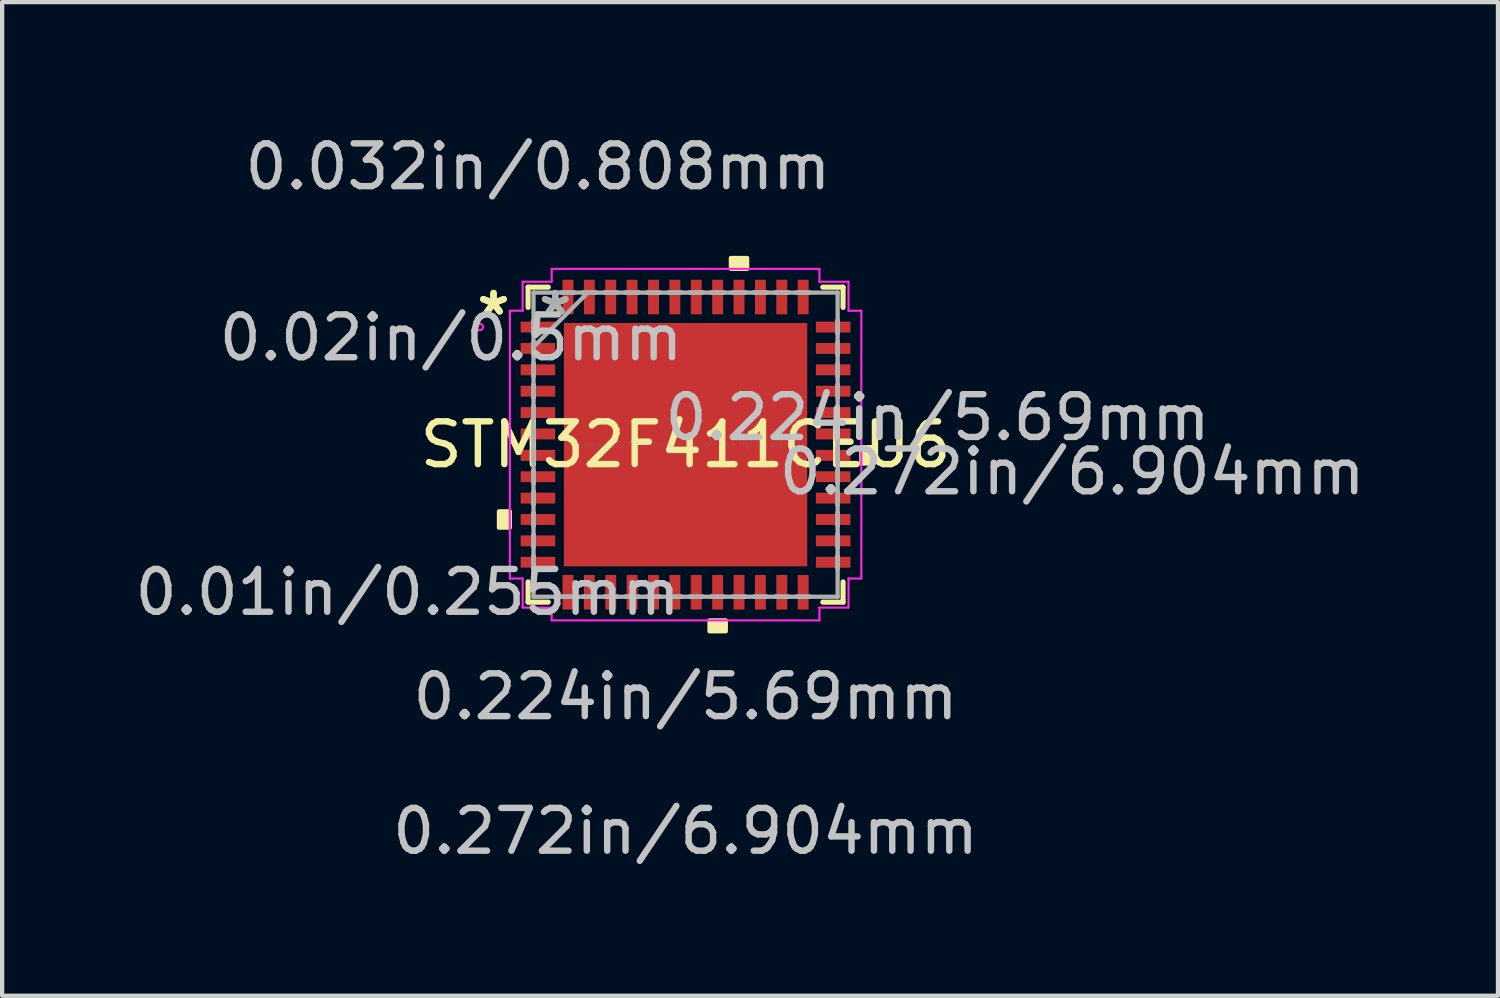
<source format=kicad_pcb>
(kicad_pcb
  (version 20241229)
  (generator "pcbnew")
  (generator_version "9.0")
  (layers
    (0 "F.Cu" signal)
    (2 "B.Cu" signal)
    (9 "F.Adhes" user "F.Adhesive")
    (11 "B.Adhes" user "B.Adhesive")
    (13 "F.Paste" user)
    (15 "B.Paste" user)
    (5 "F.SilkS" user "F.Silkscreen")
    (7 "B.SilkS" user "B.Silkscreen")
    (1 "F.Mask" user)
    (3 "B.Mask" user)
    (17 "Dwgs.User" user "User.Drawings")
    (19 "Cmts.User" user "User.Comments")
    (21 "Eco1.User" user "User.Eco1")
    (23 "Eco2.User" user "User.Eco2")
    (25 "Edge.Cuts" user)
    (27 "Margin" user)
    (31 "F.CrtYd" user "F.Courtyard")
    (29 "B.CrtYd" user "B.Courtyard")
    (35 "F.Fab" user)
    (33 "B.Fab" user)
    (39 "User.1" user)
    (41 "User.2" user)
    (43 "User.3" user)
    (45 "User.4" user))
  (footprint "STM32F411CEU6"
    (layer "F.Cu")
    (at 12.982 7.348)
    (property "Reference" "STM32F411CEU6" (at 0 0 0) (layer "F.SilkS") (effects (font (size 1 1) (thickness 0.15))))
    (attr through_hole)
    (fp_line (start -3.683 -3.683) (end -3.683 -3.21) (stroke (width 0.12) (type solid)) (layer "F.SilkS"))
    (fp_line (start -3.683 3.21) (end -3.683 3.683) (stroke (width 0.12) (type solid)) (layer "F.SilkS"))
    (fp_line (start -3.683 3.683) (end -3.21 3.683) (stroke (width 0.12) (type solid)) (layer "F.SilkS"))
    (fp_line (start -3.21 -3.683) (end -3.683 -3.683) (stroke (width 0.12) (type solid)) (layer "F.SilkS"))
    (fp_line (start 3.21 3.683) (end 3.683 3.683) (stroke (width 0.12) (type solid)) (layer "F.SilkS"))
    (fp_line (start 3.683 -3.683) (end 3.21 -3.683) (stroke (width 0.12) (type solid)) (layer "F.SilkS"))
    (fp_line (start 3.683 -3.21) (end 3.683 -3.683) (stroke (width 0.12) (type solid)) (layer "F.SilkS"))
    (fp_line (start 3.683 3.683) (end 3.683 3.21) (stroke (width 0.12) (type solid)) (layer "F.SilkS"))
    (fp_poly (pts (xy -4.364 1.559) (xy -4.364 1.94) (xy -4.11 1.94) (xy -4.11 1.559)) (stroke (width 0.1) (type solid)) (fill yes) (layer "F.SilkS"))
    (fp_poly (pts (xy 0.56 4.11) (xy 0.56 4.364) (xy 0.941 4.364) (xy 0.941 4.11)) (stroke (width 0.1) (type solid)) (fill yes) (layer "F.SilkS"))
    (fp_poly (pts (xy 1.06 -4.11) (xy 1.06 -4.364) (xy 1.44 -4.364) (xy 1.44 -4.11)) (stroke (width 0.1) (type solid)) (fill yes) (layer "F.SilkS"))
    (fp_poly (pts (xy 4.364 0.059) (xy 4.364 0.441) (xy 4.11 0.441) (xy 4.11 0.059)) (stroke (width 0.1) (type solid)) (fill yes) (layer "F.SilkS"))
    (fp_poly (pts (xy -2.745 -2.745) (xy -2.745 -1.522) (xy -1.522 -1.522) (xy -1.522 -2.745)) (stroke (width 0.1) (type solid)) (fill yes) (layer "F.Paste"))
    (fp_poly (pts (xy -2.745 -1.322) (xy -2.745 -0.1) (xy -1.522 -0.1) (xy -1.522 -1.322)) (stroke (width 0.1) (type solid)) (fill yes) (layer "F.Paste"))
    (fp_poly (pts (xy -2.745 0.1) (xy -2.745 1.322) (xy -1.522 1.322) (xy -1.522 0.1)) (stroke (width 0.1) (type solid)) (fill yes) (layer "F.Paste"))
    (fp_poly (pts (xy -2.745 1.522) (xy -2.745 2.745) (xy -1.522 2.745) (xy -1.522 1.522)) (stroke (width 0.1) (type solid)) (fill yes) (layer "F.Paste"))
    (fp_poly (pts (xy -1.322 -2.745) (xy -1.322 -1.522) (xy -0.1 -1.522) (xy -0.1 -2.745)) (stroke (width 0.1) (type solid)) (fill yes) (layer "F.Paste"))
    (fp_poly (pts (xy -1.322 -1.322) (xy -1.322 -0.1) (xy -0.1 -0.1) (xy -0.1 -1.322)) (stroke (width 0.1) (type solid)) (fill yes) (layer "F.Paste"))
    (fp_poly (pts (xy -1.322 0.1) (xy -1.322 1.322) (xy -0.1 1.322) (xy -0.1 0.1)) (stroke (width 0.1) (type solid)) (fill yes) (layer "F.Paste"))
    (fp_poly (pts (xy -1.322 1.522) (xy -1.322 2.745) (xy -0.1 2.745) (xy -0.1 1.522)) (stroke (width 0.1) (type solid)) (fill yes) (layer "F.Paste"))
    (fp_poly (pts (xy 0.1 -2.745) (xy 0.1 -1.522) (xy 1.322 -1.522) (xy 1.322 -2.745)) (stroke (width 0.1) (type solid)) (fill yes) (layer "F.Paste"))
    (fp_poly (pts (xy 0.1 -1.322) (xy 0.1 -0.1) (xy 1.322 -0.1) (xy 1.322 -1.322)) (stroke (width 0.1) (type solid)) (fill yes) (layer "F.Paste"))
    (fp_poly (pts (xy 0.1 0.1) (xy 0.1 1.322) (xy 1.322 1.322) (xy 1.322 0.1)) (stroke (width 0.1) (type solid)) (fill yes) (layer "F.Paste"))
    (fp_poly (pts (xy 0.1 1.522) (xy 0.1 2.745) (xy 1.322 2.745) (xy 1.322 1.522)) (stroke (width 0.1) (type solid)) (fill yes) (layer "F.Paste"))
    (fp_poly (pts (xy 1.522 -2.745) (xy 1.522 -1.522) (xy 2.745 -1.522) (xy 2.745 -2.745)) (stroke (width 0.1) (type solid)) (fill yes) (layer "F.Paste"))
    (fp_poly (pts (xy 1.522 -1.322) (xy 1.522 -0.1) (xy 2.745 -0.1) (xy 2.745 -1.322)) (stroke (width 0.1) (type solid)) (fill yes) (layer "F.Paste"))
    (fp_poly (pts (xy 1.522 0.1) (xy 1.522 1.322) (xy 2.745 1.322) (xy 2.745 0.1)) (stroke (width 0.1) (type solid)) (fill yes) (layer "F.Paste"))
    (fp_poly (pts (xy 1.522 1.522) (xy 1.522 2.745) (xy 2.745 2.745) (xy 2.745 1.522)) (stroke (width 0.1) (type solid)) (fill yes) (layer "F.Paste"))
    (fp_line (start -4.11 -3.131) (end -3.81 -3.131) (stroke (width 0.05) (type solid)) (layer "F.CrtYd"))
    (fp_line (start -4.11 3.131) (end -4.11 -3.131) (stroke (width 0.05) (type solid)) (layer "F.CrtYd"))
    (fp_line (start -3.81 -3.81) (end -3.131 -3.81) (stroke (width 0.05) (type solid)) (layer "F.CrtYd"))
    (fp_line (start -3.81 -3.131) (end -3.81 -3.81) (stroke (width 0.05) (type solid)) (layer "F.CrtYd"))
    (fp_line (start -3.81 3.131) (end -4.11 3.131) (stroke (width 0.05) (type solid)) (layer "F.CrtYd"))
    (fp_line (start -3.81 3.81) (end -3.81 3.131) (stroke (width 0.05) (type solid)) (layer "F.CrtYd"))
    (fp_line (start -3.131 -4.11) (end 3.131 -4.11) (stroke (width 0.05) (type solid)) (layer "F.CrtYd"))
    (fp_line (start -3.131 -3.81) (end -3.131 -4.11) (stroke (width 0.05) (type solid)) (layer "F.CrtYd"))
    (fp_line (start -3.131 3.81) (end -3.81 3.81) (stroke (width 0.05) (type solid)) (layer "F.CrtYd"))
    (fp_line (start -3.131 4.11) (end -3.131 3.81) (stroke (width 0.05) (type solid)) (layer "F.CrtYd"))
    (fp_line (start 3.131 -4.11) (end 3.131 -3.81) (stroke (width 0.05) (type solid)) (layer "F.CrtYd"))
    (fp_line (start 3.131 -3.81) (end 3.81 -3.81) (stroke (width 0.05) (type solid)) (layer "F.CrtYd"))
    (fp_line (start 3.131 3.81) (end 3.131 4.11) (stroke (width 0.05) (type solid)) (layer "F.CrtYd"))
    (fp_line (start 3.131 4.11) (end -3.131 4.11) (stroke (width 0.05) (type solid)) (layer "F.CrtYd"))
    (fp_line (start 3.81 -3.81) (end 3.81 -3.131) (stroke (width 0.05) (type solid)) (layer "F.CrtYd"))
    (fp_line (start 3.81 -3.131) (end 4.11 -3.131) (stroke (width 0.05) (type solid)) (layer "F.CrtYd"))
    (fp_line (start 3.81 3.131) (end 3.81 3.81) (stroke (width 0.05) (type solid)) (layer "F.CrtYd"))
    (fp_line (start 3.81 3.81) (end 3.131 3.81) (stroke (width 0.05) (type solid)) (layer "F.CrtYd"))
    (fp_line (start 4.11 -3.131) (end 4.11 3.131) (stroke (width 0.05) (type solid)) (layer "F.CrtYd"))
    (fp_line (start 4.11 3.131) (end 3.81 3.131) (stroke (width 0.05) (type solid)) (layer "F.CrtYd"))
    (fp_circle (center -4.811 -2.75) (end -4.735 -2.75) (stroke (width 0.05) (type solid)) (fill no) (layer "F.CrtYd"))
    (fp_line (start -3.556 -3.556) (end -3.556 -3.556) (stroke (width 0.1) (type solid)) (layer "F.Fab"))
    (fp_line (start -3.556 -3.556) (end -3.556 3.556) (stroke (width 0.1) (type solid)) (layer "F.Fab"))
    (fp_line (start -3.556 -2.902) (end -3.556 -2.902) (stroke (width 0.1) (type solid)) (layer "F.Fab"))
    (fp_line (start -3.556 -2.902) (end -3.556 -2.598) (stroke (width 0.1) (type solid)) (layer "F.Fab"))
    (fp_line (start -3.556 -2.598) (end -3.556 -2.902) (stroke (width 0.1) (type solid)) (layer "F.Fab"))
    (fp_line (start -3.556 -2.598) (end -3.556 -2.598) (stroke (width 0.1) (type solid)) (layer "F.Fab"))
    (fp_line (start -3.556 -2.402) (end -3.556 -2.402) (stroke (width 0.1) (type solid)) (layer "F.Fab"))
    (fp_line (start -3.556 -2.402) (end -3.556 -2.098) (stroke (width 0.1) (type solid)) (layer "F.Fab"))
    (fp_line (start -3.556 -2.286) (end -2.286 -3.556) (stroke (width 0.1) (type solid)) (layer "F.Fab"))
    (fp_line (start -3.556 -2.098) (end -3.556 -2.402) (stroke (width 0.1) (type solid)) (layer "F.Fab"))
    (fp_line (start -3.556 -2.098) (end -3.556 -2.098) (stroke (width 0.1) (type solid)) (layer "F.Fab"))
    (fp_line (start -3.556 -1.902) (end -3.556 -1.902) (stroke (width 0.1) (type solid)) (layer "F.Fab"))
    (fp_line (start -3.556 -1.902) (end -3.556 -1.598) (stroke (width 0.1) (type solid)) (layer "F.Fab"))
    (fp_line (start -3.556 -1.598) (end -3.556 -1.902) (stroke (width 0.1) (type solid)) (layer "F.Fab"))
    (fp_line (start -3.556 -1.598) (end -3.556 -1.598) (stroke (width 0.1) (type solid)) (layer "F.Fab"))
    (fp_line (start -3.556 -1.402) (end -3.556 -1.402) (stroke (width 0.1) (type solid)) (layer "F.Fab"))
    (fp_line (start -3.556 -1.402) (end -3.556 -1.098) (stroke (width 0.1) (type solid)) (layer "F.Fab"))
    (fp_line (start -3.556 -1.098) (end -3.556 -1.402) (stroke (width 0.1) (type solid)) (layer "F.Fab"))
    (fp_line (start -3.556 -1.098) (end -3.556 -1.098) (stroke (width 0.1) (type solid)) (layer "F.Fab"))
    (fp_line (start -3.556 -0.902) (end -3.556 -0.902) (stroke (width 0.1) (type solid)) (layer "F.Fab"))
    (fp_line (start -3.556 -0.902) (end -3.556 -0.598) (stroke (width 0.1) (type solid)) (layer "F.Fab"))
    (fp_line (start -3.556 -0.598) (end -3.556 -0.902) (stroke (width 0.1) (type solid)) (layer "F.Fab"))
    (fp_line (start -3.556 -0.598) (end -3.556 -0.598) (stroke (width 0.1) (type solid)) (layer "F.Fab"))
    (fp_line (start -3.556 -0.402) (end -3.556 -0.402) (stroke (width 0.1) (type solid)) (layer "F.Fab"))
    (fp_line (start -3.556 -0.402) (end -3.556 -0.098) (stroke (width 0.1) (type solid)) (layer "F.Fab"))
    (fp_line (start -3.556 -0.098) (end -3.556 -0.402) (stroke (width 0.1) (type solid)) (layer "F.Fab"))
    (fp_line (start -3.556 -0.098) (end -3.556 -0.098) (stroke (width 0.1) (type solid)) (layer "F.Fab"))
    (fp_line (start -3.556 0.098) (end -3.556 0.098) (stroke (width 0.1) (type solid)) (layer "F.Fab"))
    (fp_line (start -3.556 0.098) (end -3.556 0.402) (stroke (width 0.1) (type solid)) (layer "F.Fab"))
    (fp_line (start -3.556 0.402) (end -3.556 0.098) (stroke (width 0.1) (type solid)) (layer "F.Fab"))
    (fp_line (start -3.556 0.402) (end -3.556 0.402) (stroke (width 0.1) (type solid)) (layer "F.Fab"))
    (fp_line (start -3.556 0.598) (end -3.556 0.598) (stroke (width 0.1) (type solid)) (layer "F.Fab"))
    (fp_line (start -3.556 0.598) (end -3.556 0.902) (stroke (width 0.1) (type solid)) (layer "F.Fab"))
    (fp_line (start -3.556 0.902) (end -3.556 0.598) (stroke (width 0.1) (type solid)) (layer "F.Fab"))
    (fp_line (start -3.556 0.902) (end -3.556 0.902) (stroke (width 0.1) (type solid)) (layer "F.Fab"))
    (fp_line (start -3.556 1.098) (end -3.556 1.098) (stroke (width 0.1) (type solid)) (layer "F.Fab"))
    (fp_line (start -3.556 1.098) (end -3.556 1.402) (stroke (width 0.1) (type solid)) (layer "F.Fab"))
    (fp_line (start -3.556 1.402) (end -3.556 1.098) (stroke (width 0.1) (type solid)) (layer "F.Fab"))
    (fp_line (start -3.556 1.402) (end -3.556 1.402) (stroke (width 0.1) (type solid)) (layer "F.Fab"))
    (fp_line (start -3.556 1.598) (end -3.556 1.598) (stroke (width 0.1) (type solid)) (layer "F.Fab"))
    (fp_line (start -3.556 1.598) (end -3.556 1.902) (stroke (width 0.1) (type solid)) (layer "F.Fab"))
    (fp_line (start -3.556 1.902) (end -3.556 1.598) (stroke (width 0.1) (type solid)) (layer "F.Fab"))
    (fp_line (start -3.556 1.902) (end -3.556 1.902) (stroke (width 0.1) (type solid)) (layer "F.Fab"))
    (fp_line (start -3.556 2.098) (end -3.556 2.098) (stroke (width 0.1) (type solid)) (layer "F.Fab"))
    (fp_line (start -3.556 2.098) (end -3.556 2.402) (stroke (width 0.1) (type solid)) (layer "F.Fab"))
    (fp_line (start -3.556 2.402) (end -3.556 2.098) (stroke (width 0.1) (type solid)) (layer "F.Fab"))
    (fp_line (start -3.556 2.402) (end -3.556 2.402) (stroke (width 0.1) (type solid)) (layer "F.Fab"))
    (fp_line (start -3.556 2.598) (end -3.556 2.598) (stroke (width 0.1) (type solid)) (layer "F.Fab"))
    (fp_line (start -3.556 2.598) (end -3.556 2.902) (stroke (width 0.1) (type solid)) (layer "F.Fab"))
    (fp_line (start -3.556 2.902) (end -3.556 2.598) (stroke (width 0.1) (type solid)) (layer "F.Fab"))
    (fp_line (start -3.556 2.902) (end -3.556 2.902) (stroke (width 0.1) (type solid)) (layer "F.Fab"))
    (fp_line (start -3.556 3.556) (end -3.556 3.556) (stroke (width 0.1) (type solid)) (layer "F.Fab"))
    (fp_line (start -3.556 3.556) (end 3.556 3.556) (stroke (width 0.1) (type solid)) (layer "F.Fab"))
    (fp_line (start -2.902 -3.556) (end -2.902 -3.556) (stroke (width 0.1) (type solid)) (layer "F.Fab"))
    (fp_line (start -2.902 -3.556) (end -2.598 -3.556) (stroke (width 0.1) (type solid)) (layer "F.Fab"))
    (fp_line (start -2.902 3.556) (end -2.902 3.556) (stroke (width 0.1) (type solid)) (layer "F.Fab"))
    (fp_line (start -2.902 3.556) (end -2.598 3.556) (stroke (width 0.1) (type solid)) (layer "F.Fab"))
    (fp_line (start -2.598 -3.556) (end -2.902 -3.556) (stroke (width 0.1) (type solid)) (layer "F.Fab"))
    (fp_line (start -2.598 -3.556) (end -2.598 -3.556) (stroke (width 0.1) (type solid)) (layer "F.Fab"))
    (fp_line (start -2.598 3.556) (end -2.902 3.556) (stroke (width 0.1) (type solid)) (layer "F.Fab"))
    (fp_line (start -2.598 3.556) (end -2.598 3.556) (stroke (width 0.1) (type solid)) (layer "F.Fab"))
    (fp_line (start -2.402 -3.556) (end -2.402 -3.556) (stroke (width 0.1) (type solid)) (layer "F.Fab"))
    (fp_line (start -2.402 -3.556) (end -2.098 -3.556) (stroke (width 0.1) (type solid)) (layer "F.Fab"))
    (fp_line (start -2.402 3.556) (end -2.402 3.556) (stroke (width 0.1) (type solid)) (layer "F.Fab"))
    (fp_line (start -2.402 3.556) (end -2.098 3.556) (stroke (width 0.1) (type solid)) (layer "F.Fab"))
    (fp_line (start -2.098 -3.556) (end -2.402 -3.556) (stroke (width 0.1) (type solid)) (layer "F.Fab"))
    (fp_line (start -2.098 -3.556) (end -2.098 -3.556) (stroke (width 0.1) (type solid)) (layer "F.Fab"))
    (fp_line (start -2.098 3.556) (end -2.402 3.556) (stroke (width 0.1) (type solid)) (layer "F.Fab"))
    (fp_line (start -2.098 3.556) (end -2.098 3.556) (stroke (width 0.1) (type solid)) (layer "F.Fab"))
    (fp_line (start -1.902 -3.556) (end -1.902 -3.556) (stroke (width 0.1) (type solid)) (layer "F.Fab"))
    (fp_line (start -1.902 -3.556) (end -1.598 -3.556) (stroke (width 0.1) (type solid)) (layer "F.Fab"))
    (fp_line (start -1.902 3.556) (end -1.902 3.556) (stroke (width 0.1) (type solid)) (layer "F.Fab"))
    (fp_line (start -1.902 3.556) (end -1.598 3.556) (stroke (width 0.1) (type solid)) (layer "F.Fab"))
    (fp_line (start -1.598 -3.556) (end -1.902 -3.556) (stroke (width 0.1) (type solid)) (layer "F.Fab"))
    (fp_line (start -1.598 -3.556) (end -1.598 -3.556) (stroke (width 0.1) (type solid)) (layer "F.Fab"))
    (fp_line (start -1.598 3.556) (end -1.902 3.556) (stroke (width 0.1) (type solid)) (layer "F.Fab"))
    (fp_line (start -1.598 3.556) (end -1.598 3.556) (stroke (width 0.1) (type solid)) (layer "F.Fab"))
    (fp_line (start -1.402 -3.556) (end -1.402 -3.556) (stroke (width 0.1) (type solid)) (layer "F.Fab"))
    (fp_line (start -1.402 -3.556) (end -1.098 -3.556) (stroke (width 0.1) (type solid)) (layer "F.Fab"))
    (fp_line (start -1.402 3.556) (end -1.402 3.556) (stroke (width 0.1) (type solid)) (layer "F.Fab"))
    (fp_line (start -1.402 3.556) (end -1.098 3.556) (stroke (width 0.1) (type solid)) (layer "F.Fab"))
    (fp_line (start -1.098 -3.556) (end -1.402 -3.556) (stroke (width 0.1) (type solid)) (layer "F.Fab"))
    (fp_line (start -1.098 -3.556) (end -1.098 -3.556) (stroke (width 0.1) (type solid)) (layer "F.Fab"))
    (fp_line (start -1.098 3.556) (end -1.402 3.556) (stroke (width 0.1) (type solid)) (layer "F.Fab"))
    (fp_line (start -1.098 3.556) (end -1.098 3.556) (stroke (width 0.1) (type solid)) (layer "F.Fab"))
    (fp_line (start -0.902 -3.556) (end -0.902 -3.556) (stroke (width 0.1) (type solid)) (layer "F.Fab"))
    (fp_line (start -0.902 -3.556) (end -0.598 -3.556) (stroke (width 0.1) (type solid)) (layer "F.Fab"))
    (fp_line (start -0.902 3.556) (end -0.902 3.556) (stroke (width 0.1) (type solid)) (layer "F.Fab"))
    (fp_line (start -0.902 3.556) (end -0.598 3.556) (stroke (width 0.1) (type solid)) (layer "F.Fab"))
    (fp_line (start -0.598 -3.556) (end -0.902 -3.556) (stroke (width 0.1) (type solid)) (layer "F.Fab"))
    (fp_line (start -0.598 -3.556) (end -0.598 -3.556) (stroke (width 0.1) (type solid)) (layer "F.Fab"))
    (fp_line (start -0.598 3.556) (end -0.902 3.556) (stroke (width 0.1) (type solid)) (layer "F.Fab"))
    (fp_line (start -0.598 3.556) (end -0.598 3.556) (stroke (width 0.1) (type solid)) (layer "F.Fab"))
    (fp_line (start -0.402 -3.556) (end -0.402 -3.556) (stroke (width 0.1) (type solid)) (layer "F.Fab"))
    (fp_line (start -0.402 -3.556) (end -0.098 -3.556) (stroke (width 0.1) (type solid)) (layer "F.Fab"))
    (fp_line (start -0.402 3.556) (end -0.402 3.556) (stroke (width 0.1) (type solid)) (layer "F.Fab"))
    (fp_line (start -0.402 3.556) (end -0.098 3.556) (stroke (width 0.1) (type solid)) (layer "F.Fab"))
    (fp_line (start -0.098 -3.556) (end -0.402 -3.556) (stroke (width 0.1) (type solid)) (layer "F.Fab"))
    (fp_line (start -0.098 -3.556) (end -0.098 -3.556) (stroke (width 0.1) (type solid)) (layer "F.Fab"))
    (fp_line (start -0.098 3.556) (end -0.402 3.556) (stroke (width 0.1) (type solid)) (layer "F.Fab"))
    (fp_line (start -0.098 3.556) (end -0.098 3.556) (stroke (width 0.1) (type solid)) (layer "F.Fab"))
    (fp_line (start 0.098 -3.556) (end 0.098 -3.556) (stroke (width 0.1) (type solid)) (layer "F.Fab"))
    (fp_line (start 0.098 -3.556) (end 0.402 -3.556) (stroke (width 0.1) (type solid)) (layer "F.Fab"))
    (fp_line (start 0.098 3.556) (end 0.098 3.556) (stroke (width 0.1) (type solid)) (layer "F.Fab"))
    (fp_line (start 0.098 3.556) (end 0.402 3.556) (stroke (width 0.1) (type solid)) (layer "F.Fab"))
    (fp_line (start 0.402 -3.556) (end 0.098 -3.556) (stroke (width 0.1) (type solid)) (layer "F.Fab"))
    (fp_line (start 0.402 -3.556) (end 0.402 -3.556) (stroke (width 0.1) (type solid)) (layer "F.Fab"))
    (fp_line (start 0.402 3.556) (end 0.098 3.556) (stroke (width 0.1) (type solid)) (layer "F.Fab"))
    (fp_line (start 0.402 3.556) (end 0.402 3.556) (stroke (width 0.1) (type solid)) (layer "F.Fab"))
    (fp_line (start 0.598 -3.556) (end 0.598 -3.556) (stroke (width 0.1) (type solid)) (layer "F.Fab"))
    (fp_line (start 0.598 -3.556) (end 0.902 -3.556) (stroke (width 0.1) (type solid)) (layer "F.Fab"))
    (fp_line (start 0.598 3.556) (end 0.598 3.556) (stroke (width 0.1) (type solid)) (layer "F.Fab"))
    (fp_line (start 0.598 3.556) (end 0.902 3.556) (stroke (width 0.1) (type solid)) (layer "F.Fab"))
    (fp_line (start 0.902 -3.556) (end 0.598 -3.556) (stroke (width 0.1) (type solid)) (layer "F.Fab"))
    (fp_line (start 0.902 -3.556) (end 0.902 -3.556) (stroke (width 0.1) (type solid)) (layer "F.Fab"))
    (fp_line (start 0.902 3.556) (end 0.598 3.556) (stroke (width 0.1) (type solid)) (layer "F.Fab"))
    (fp_line (start 0.902 3.556) (end 0.902 3.556) (stroke (width 0.1) (type solid)) (layer "F.Fab"))
    (fp_line (start 1.098 -3.556) (end 1.098 -3.556) (stroke (width 0.1) (type solid)) (layer "F.Fab"))
    (fp_line (start 1.098 -3.556) (end 1.402 -3.556) (stroke (width 0.1) (type solid)) (layer "F.Fab"))
    (fp_line (start 1.098 3.556) (end 1.098 3.556) (stroke (width 0.1) (type solid)) (layer "F.Fab"))
    (fp_line (start 1.098 3.556) (end 1.402 3.556) (stroke (width 0.1) (type solid)) (layer "F.Fab"))
    (fp_line (start 1.402 -3.556) (end 1.098 -3.556) (stroke (width 0.1) (type solid)) (layer "F.Fab"))
    (fp_line (start 1.402 -3.556) (end 1.402 -3.556) (stroke (width 0.1) (type solid)) (layer "F.Fab"))
    (fp_line (start 1.402 3.556) (end 1.098 3.556) (stroke (width 0.1) (type solid)) (layer "F.Fab"))
    (fp_line (start 1.402 3.556) (end 1.402 3.556) (stroke (width 0.1) (type solid)) (layer "F.Fab"))
    (fp_line (start 1.598 -3.556) (end 1.598 -3.556) (stroke (width 0.1) (type solid)) (layer "F.Fab"))
    (fp_line (start 1.598 -3.556) (end 1.902 -3.556) (stroke (width 0.1) (type solid)) (layer "F.Fab"))
    (fp_line (start 1.598 3.556) (end 1.598 3.556) (stroke (width 0.1) (type solid)) (layer "F.Fab"))
    (fp_line (start 1.598 3.556) (end 1.902 3.556) (stroke (width 0.1) (type solid)) (layer "F.Fab"))
    (fp_line (start 1.902 -3.556) (end 1.598 -3.556) (stroke (width 0.1) (type solid)) (layer "F.Fab"))
    (fp_line (start 1.902 -3.556) (end 1.902 -3.556) (stroke (width 0.1) (type solid)) (layer "F.Fab"))
    (fp_line (start 1.902 3.556) (end 1.598 3.556) (stroke (width 0.1) (type solid)) (layer "F.Fab"))
    (fp_line (start 1.902 3.556) (end 1.902 3.556) (stroke (width 0.1) (type solid)) (layer "F.Fab"))
    (fp_line (start 2.098 -3.556) (end 2.098 -3.556) (stroke (width 0.1) (type solid)) (layer "F.Fab"))
    (fp_line (start 2.098 -3.556) (end 2.402 -3.556) (stroke (width 0.1) (type solid)) (layer "F.Fab"))
    (fp_line (start 2.098 3.556) (end 2.098 3.556) (stroke (width 0.1) (type solid)) (layer "F.Fab"))
    (fp_line (start 2.098 3.556) (end 2.402 3.556) (stroke (width 0.1) (type solid)) (layer "F.Fab"))
    (fp_line (start 2.402 -3.556) (end 2.098 -3.556) (stroke (width 0.1) (type solid)) (layer "F.Fab"))
    (fp_line (start 2.402 -3.556) (end 2.402 -3.556) (stroke (width 0.1) (type solid)) (layer "F.Fab"))
    (fp_line (start 2.402 3.556) (end 2.098 3.556) (stroke (width 0.1) (type solid)) (layer "F.Fab"))
    (fp_line (start 2.402 3.556) (end 2.402 3.556) (stroke (width 0.1) (type solid)) (layer "F.Fab"))
    (fp_line (start 2.598 -3.556) (end 2.598 -3.556) (stroke (width 0.1) (type solid)) (layer "F.Fab"))
    (fp_line (start 2.598 -3.556) (end 2.902 -3.556) (stroke (width 0.1) (type solid)) (layer "F.Fab"))
    (fp_line (start 2.598 3.556) (end 2.598 3.556) (stroke (width 0.1) (type solid)) (layer "F.Fab"))
    (fp_line (start 2.598 3.556) (end 2.902 3.556) (stroke (width 0.1) (type solid)) (layer "F.Fab"))
    (fp_line (start 2.902 -3.556) (end 2.598 -3.556) (stroke (width 0.1) (type solid)) (layer "F.Fab"))
    (fp_line (start 2.902 -3.556) (end 2.902 -3.556) (stroke (width 0.1) (type solid)) (layer "F.Fab"))
    (fp_line (start 2.902 3.556) (end 2.598 3.556) (stroke (width 0.1) (type solid)) (layer "F.Fab"))
    (fp_line (start 2.902 3.556) (end 2.902 3.556) (stroke (width 0.1) (type solid)) (layer "F.Fab"))
    (fp_line (start 3.556 -3.556) (end -3.556 -3.556) (stroke (width 0.1) (type solid)) (layer "F.Fab"))
    (fp_line (start 3.556 -3.556) (end 3.556 -3.556) (stroke (width 0.1) (type solid)) (layer "F.Fab"))
    (fp_line (start 3.556 -2.902) (end 3.556 -2.902) (stroke (width 0.1) (type solid)) (layer "F.Fab"))
    (fp_line (start 3.556 -2.902) (end 3.556 -2.598) (stroke (width 0.1) (type solid)) (layer "F.Fab"))
    (fp_line (start 3.556 -2.598) (end 3.556 -2.902) (stroke (width 0.1) (type solid)) (layer "F.Fab"))
    (fp_line (start 3.556 -2.598) (end 3.556 -2.598) (stroke (width 0.1) (type solid)) (layer "F.Fab"))
    (fp_line (start 3.556 -2.402) (end 3.556 -2.402) (stroke (width 0.1) (type solid)) (layer "F.Fab"))
    (fp_line (start 3.556 -2.402) (end 3.556 -2.098) (stroke (width 0.1) (type solid)) (layer "F.Fab"))
    (fp_line (start 3.556 -2.098) (end 3.556 -2.402) (stroke (width 0.1) (type solid)) (layer "F.Fab"))
    (fp_line (start 3.556 -2.098) (end 3.556 -2.098) (stroke (width 0.1) (type solid)) (layer "F.Fab"))
    (fp_line (start 3.556 -1.902) (end 3.556 -1.902) (stroke (width 0.1) (type solid)) (layer "F.Fab"))
    (fp_line (start 3.556 -1.902) (end 3.556 -1.598) (stroke (width 0.1) (type solid)) (layer "F.Fab"))
    (fp_line (start 3.556 -1.598) (end 3.556 -1.902) (stroke (width 0.1) (type solid)) (layer "F.Fab"))
    (fp_line (start 3.556 -1.598) (end 3.556 -1.598) (stroke (width 0.1) (type solid)) (layer "F.Fab"))
    (fp_line (start 3.556 -1.402) (end 3.556 -1.402) (stroke (width 0.1) (type solid)) (layer "F.Fab"))
    (fp_line (start 3.556 -1.402) (end 3.556 -1.098) (stroke (width 0.1) (type solid)) (layer "F.Fab"))
    (fp_line (start 3.556 -1.098) (end 3.556 -1.402) (stroke (width 0.1) (type solid)) (layer "F.Fab"))
    (fp_line (start 3.556 -1.098) (end 3.556 -1.098) (stroke (width 0.1) (type solid)) (layer "F.Fab"))
    (fp_line (start 3.556 -0.902) (end 3.556 -0.902) (stroke (width 0.1) (type solid)) (layer "F.Fab"))
    (fp_line (start 3.556 -0.902) (end 3.556 -0.598) (stroke (width 0.1) (type solid)) (layer "F.Fab"))
    (fp_line (start 3.556 -0.598) (end 3.556 -0.902) (stroke (width 0.1) (type solid)) (layer "F.Fab"))
    (fp_line (start 3.556 -0.598) (end 3.556 -0.598) (stroke (width 0.1) (type solid)) (layer "F.Fab"))
    (fp_line (start 3.556 -0.402) (end 3.556 -0.402) (stroke (width 0.1) (type solid)) (layer "F.Fab"))
    (fp_line (start 3.556 -0.402) (end 3.556 -0.098) (stroke (width 0.1) (type solid)) (layer "F.Fab"))
    (fp_line (start 3.556 -0.098) (end 3.556 -0.402) (stroke (width 0.1) (type solid)) (layer "F.Fab"))
    (fp_line (start 3.556 -0.098) (end 3.556 -0.098) (stroke (width 0.1) (type solid)) (layer "F.Fab"))
    (fp_line (start 3.556 0.098) (end 3.556 0.098) (stroke (width 0.1) (type solid)) (layer "F.Fab"))
    (fp_line (start 3.556 0.098) (end 3.556 0.402) (stroke (width 0.1) (type solid)) (layer "F.Fab"))
    (fp_line (start 3.556 0.402) (end 3.556 0.098) (stroke (width 0.1) (type solid)) (layer "F.Fab"))
    (fp_line (start 3.556 0.402) (end 3.556 0.402) (stroke (width 0.1) (type solid)) (layer "F.Fab"))
    (fp_line (start 3.556 0.598) (end 3.556 0.598) (stroke (width 0.1) (type solid)) (layer "F.Fab"))
    (fp_line (start 3.556 0.598) (end 3.556 0.902) (stroke (width 0.1) (type solid)) (layer "F.Fab"))
    (fp_line (start 3.556 0.902) (end 3.556 0.598) (stroke (width 0.1) (type solid)) (layer "F.Fab"))
    (fp_line (start 3.556 0.902) (end 3.556 0.902) (stroke (width 0.1) (type solid)) (layer "F.Fab"))
    (fp_line (start 3.556 1.098) (end 3.556 1.098) (stroke (width 0.1) (type solid)) (layer "F.Fab"))
    (fp_line (start 3.556 1.098) (end 3.556 1.402) (stroke (width 0.1) (type solid)) (layer "F.Fab"))
    (fp_line (start 3.556 1.402) (end 3.556 1.098) (stroke (width 0.1) (type solid)) (layer "F.Fab"))
    (fp_line (start 3.556 1.402) (end 3.556 1.402) (stroke (width 0.1) (type solid)) (layer "F.Fab"))
    (fp_line (start 3.556 1.598) (end 3.556 1.598) (stroke (width 0.1) (type solid)) (layer "F.Fab"))
    (fp_line (start 3.556 1.598) (end 3.556 1.902) (stroke (width 0.1) (type solid)) (layer "F.Fab"))
    (fp_line (start 3.556 1.902) (end 3.556 1.598) (stroke (width 0.1) (type solid)) (layer "F.Fab"))
    (fp_line (start 3.556 1.902) (end 3.556 1.902) (stroke (width 0.1) (type solid)) (layer "F.Fab"))
    (fp_line (start 3.556 2.098) (end 3.556 2.098) (stroke (width 0.1) (type solid)) (layer "F.Fab"))
    (fp_line (start 3.556 2.098) (end 3.556 2.402) (stroke (width 0.1) (type solid)) (layer "F.Fab"))
    (fp_line (start 3.556 2.402) (end 3.556 2.098) (stroke (width 0.1) (type solid)) (layer "F.Fab"))
    (fp_line (start 3.556 2.402) (end 3.556 2.402) (stroke (width 0.1) (type solid)) (layer "F.Fab"))
    (fp_line (start 3.556 2.598) (end 3.556 2.598) (stroke (width 0.1) (type solid)) (layer "F.Fab"))
    (fp_line (start 3.556 2.598) (end 3.556 2.902) (stroke (width 0.1) (type solid)) (layer "F.Fab"))
    (fp_line (start 3.556 2.902) (end 3.556 2.598) (stroke (width 0.1) (type solid)) (layer "F.Fab"))
    (fp_line (start 3.556 2.902) (end 3.556 2.902) (stroke (width 0.1) (type solid)) (layer "F.Fab"))
    (fp_line (start 3.556 3.556) (end 3.556 -3.556) (stroke (width 0.1) (type solid)) (layer "F.Fab"))
    (fp_line (start 3.556 3.556) (end 3.556 3.556) (stroke (width 0.1) (type solid)) (layer "F.Fab"))
    (fp_text user "*" (at -4.491 -3 0) (layer "F.SilkS") (effects (font (size 1 1) (thickness 0.15))))
    (fp_text user "*" (at -4.491 -3 0) (layer "F.SilkS") (effects (font (size 1 1) (thickness 0.15))))
    (fp_text user "0.224in/5.69mm" (at 0 5.893 0) (layer "Dwgs.User") (effects (font (size 1 1) (thickness 0.15))))
    (fp_text user "0.224in/5.69mm" (at 5.893 -0.635 0) (layer "Dwgs.User") (effects (font (size 1 1) (thickness 0.15))))
    (fp_text user "0.272in/6.904mm" (at 9.04 0.635 0) (layer "Dwgs.User") (effects (font (size 1 1) (thickness 0.15))))
    (fp_text user "0.272in/6.904mm" (at 0 9.04 0) (layer "Dwgs.User") (effects (font (size 1 1) (thickness 0.15))))
    (fp_text user "0.032in/0.808mm" (at -3.452 -6.5 0) (layer "Dwgs.User") (effects (font (size 1 1) (thickness 0.15))))
    (fp_text user "0.02in/0.5mm" (at -5.484 -2.5 0) (layer "Dwgs.User") (effects (font (size 1 1) (thickness 0.15))))
    (fp_text user "0.01in/0.255mm" (at -6.5 3.452 0) (layer "Dwgs.User") (effects (font (size 1 1) (thickness 0.15))))
    (fp_text user "Copyright 2021 Accelerated Designs. All rights reserved." (at 0 0 0) (layer "Cmts.User") (effects (font (size 0.127 0.127) (thickness 0.002))))
    (fp_text user "*" (at -3.048 -3 0) (layer "F.Fab") (effects (font (size 1 1) (thickness 0.15))))
    (fp_text user "*" (at -3.048 -3 0) (layer "F.Fab") (effects (font (size 1 1) (thickness 0.15))))
    (pad "1" smd rect (at -3.452 -2.75 90) (size 0.255 0.808) (layers "F.Cu" "F.Mask" "F.Paste"))
    (pad "2" smd rect (at -3.452 -2.25 90) (size 0.255 0.808) (layers "F.Cu" "F.Mask" "F.Paste"))
    (pad "3" smd rect (at -3.452 -1.75 90) (size 0.255 0.808) (layers "F.Cu" "F.Mask" "F.Paste"))
    (pad "4" smd rect (at -3.452 -1.25 90) (size 0.255 0.808) (layers "F.Cu" "F.Mask" "F.Paste"))
    (pad "5" smd rect (at -3.452 -0.75 90) (size 0.255 0.808) (layers "F.Cu" "F.Mask" "F.Paste"))
    (pad "6" smd rect (at -3.452 -0.25 90) (size 0.255 0.808) (layers "F.Cu" "F.Mask" "F.Paste"))
    (pad "7" smd rect (at -3.452 0.25 90) (size 0.255 0.808) (layers "F.Cu" "F.Mask" "F.Paste"))
    (pad "8" smd rect (at -3.452 0.75 90) (size 0.255 0.808) (layers "F.Cu" "F.Mask" "F.Paste"))
    (pad "9" smd rect (at -3.452 1.25 90) (size 0.255 0.808) (layers "F.Cu" "F.Mask" "F.Paste"))
    (pad "10" smd rect (at -3.452 1.75 90) (size 0.255 0.808) (layers "F.Cu" "F.Mask" "F.Paste"))
    (pad "11" smd rect (at -3.452 2.25 90) (size 0.255 0.808) (layers "F.Cu" "F.Mask" "F.Paste"))
    (pad "12" smd rect (at -3.452 2.75 90) (size 0.255 0.808) (layers "F.Cu" "F.Mask" "F.Paste"))
    (pad "13" smd rect (at -2.75 3.452) (size 0.255 0.808) (layers "F.Cu" "F.Mask" "F.Paste"))
    (pad "14" smd rect (at -2.25 3.452) (size 0.255 0.808) (layers "F.Cu" "F.Mask" "F.Paste"))
    (pad "15" smd rect (at -1.75 3.452) (size 0.255 0.808) (layers "F.Cu" "F.Mask" "F.Paste"))
    (pad "16" smd rect (at -1.25 3.452) (size 0.255 0.808) (layers "F.Cu" "F.Mask" "F.Paste"))
    (pad "17" smd rect (at -0.75 3.452) (size 0.255 0.808) (layers "F.Cu" "F.Mask" "F.Paste"))
    (pad "18" smd rect (at -0.25 3.452) (size 0.255 0.808) (layers "F.Cu" "F.Mask" "F.Paste"))
    (pad "19" smd rect (at 0.25 3.452) (size 0.255 0.808) (layers "F.Cu" "F.Mask" "F.Paste"))
    (pad "20" smd rect (at 0.75 3.452) (size 0.255 0.808) (layers "F.Cu" "F.Mask" "F.Paste"))
    (pad "21" smd rect (at 1.25 3.452) (size 0.255 0.808) (layers "F.Cu" "F.Mask" "F.Paste"))
    (pad "22" smd rect (at 1.75 3.452) (size 0.255 0.808) (layers "F.Cu" "F.Mask" "F.Paste"))
    (pad "23" smd rect (at 2.25 3.452) (size 0.255 0.808) (layers "F.Cu" "F.Mask" "F.Paste"))
    (pad "24" smd rect (at 2.75 3.452) (size 0.255 0.808) (layers "F.Cu" "F.Mask" "F.Paste"))
    (pad "25" smd rect (at 3.452 2.75 90) (size 0.255 0.808) (layers "F.Cu" "F.Mask" "F.Paste"))
    (pad "26" smd rect (at 3.452 2.25 90) (size 0.255 0.808) (layers "F.Cu" "F.Mask" "F.Paste"))
    (pad "27" smd rect (at 3.452 1.75 90) (size 0.255 0.808) (layers "F.Cu" "F.Mask" "F.Paste"))
    (pad "28" smd rect (at 3.452 1.25 90) (size 0.255 0.808) (layers "F.Cu" "F.Mask" "F.Paste"))
    (pad "29" smd rect (at 3.452 0.75 90) (size 0.255 0.808) (layers "F.Cu" "F.Mask" "F.Paste"))
    (pad "30" smd rect (at 3.452 0.25 90) (size 0.255 0.808) (layers "F.Cu" "F.Mask" "F.Paste"))
    (pad "31" smd rect (at 3.452 -0.25 90) (size 0.255 0.808) (layers "F.Cu" "F.Mask" "F.Paste"))
    (pad "32" smd rect (at 3.452 -0.75 90) (size 0.255 0.808) (layers "F.Cu" "F.Mask" "F.Paste"))
    (pad "33" smd rect (at 3.452 -1.25 90) (size 0.255 0.808) (layers "F.Cu" "F.Mask" "F.Paste"))
    (pad "34" smd rect (at 3.452 -1.75 90) (size 0.255 0.808) (layers "F.Cu" "F.Mask" "F.Paste"))
    (pad "35" smd rect (at 3.452 -2.25 90) (size 0.255 0.808) (layers "F.Cu" "F.Mask" "F.Paste"))
    (pad "36" smd rect (at 3.452 -2.75 90) (size 0.255 0.808) (layers "F.Cu" "F.Mask" "F.Paste"))
    (pad "37" smd rect (at 2.75 -3.452) (size 0.255 0.808) (layers "F.Cu" "F.Mask" "F.Paste"))
    (pad "38" smd rect (at 2.25 -3.452) (size 0.255 0.808) (layers "F.Cu" "F.Mask" "F.Paste"))
    (pad "39" smd rect (at 1.75 -3.452) (size 0.255 0.808) (layers "F.Cu" "F.Mask" "F.Paste"))
    (pad "40" smd rect (at 1.25 -3.452) (size 0.255 0.808) (layers "F.Cu" "F.Mask" "F.Paste"))
    (pad "41" smd rect (at 0.75 -3.452) (size 0.255 0.808) (layers "F.Cu" "F.Mask" "F.Paste"))
    (pad "42" smd rect (at 0.25 -3.452) (size 0.255 0.808) (layers "F.Cu" "F.Mask" "F.Paste"))
    (pad "43" smd rect (at -0.25 -3.452) (size 0.255 0.808) (layers "F.Cu" "F.Mask" "F.Paste"))
    (pad "44" smd rect (at -0.75 -3.452) (size 0.255 0.808) (layers "F.Cu" "F.Mask" "F.Paste"))
    (pad "45" smd rect (at -1.25 -3.452) (size 0.255 0.808) (layers "F.Cu" "F.Mask" "F.Paste"))
    (pad "46" smd rect (at -1.75 -3.452) (size 0.255 0.808) (layers "F.Cu" "F.Mask" "F.Paste"))
    (pad "47" smd rect (at -2.25 -3.452) (size 0.255 0.808) (layers "F.Cu" "F.Mask" "F.Paste"))
    (pad "48" smd rect (at -2.75 -3.452) (size 0.255 0.808) (layers "F.Cu" "F.Mask" "F.Paste"))
    (pad "49" smd rect (at 0 0) (size 5.69 5.69) (layers "F.Cu" "F.Mask")))
  (gr_rect
    (start -3 -3)
    (end 31.98 20.236)
    (stroke (width 0.1) (type default))
    (fill no)
    (layer "Edge.Cuts")))
</source>
